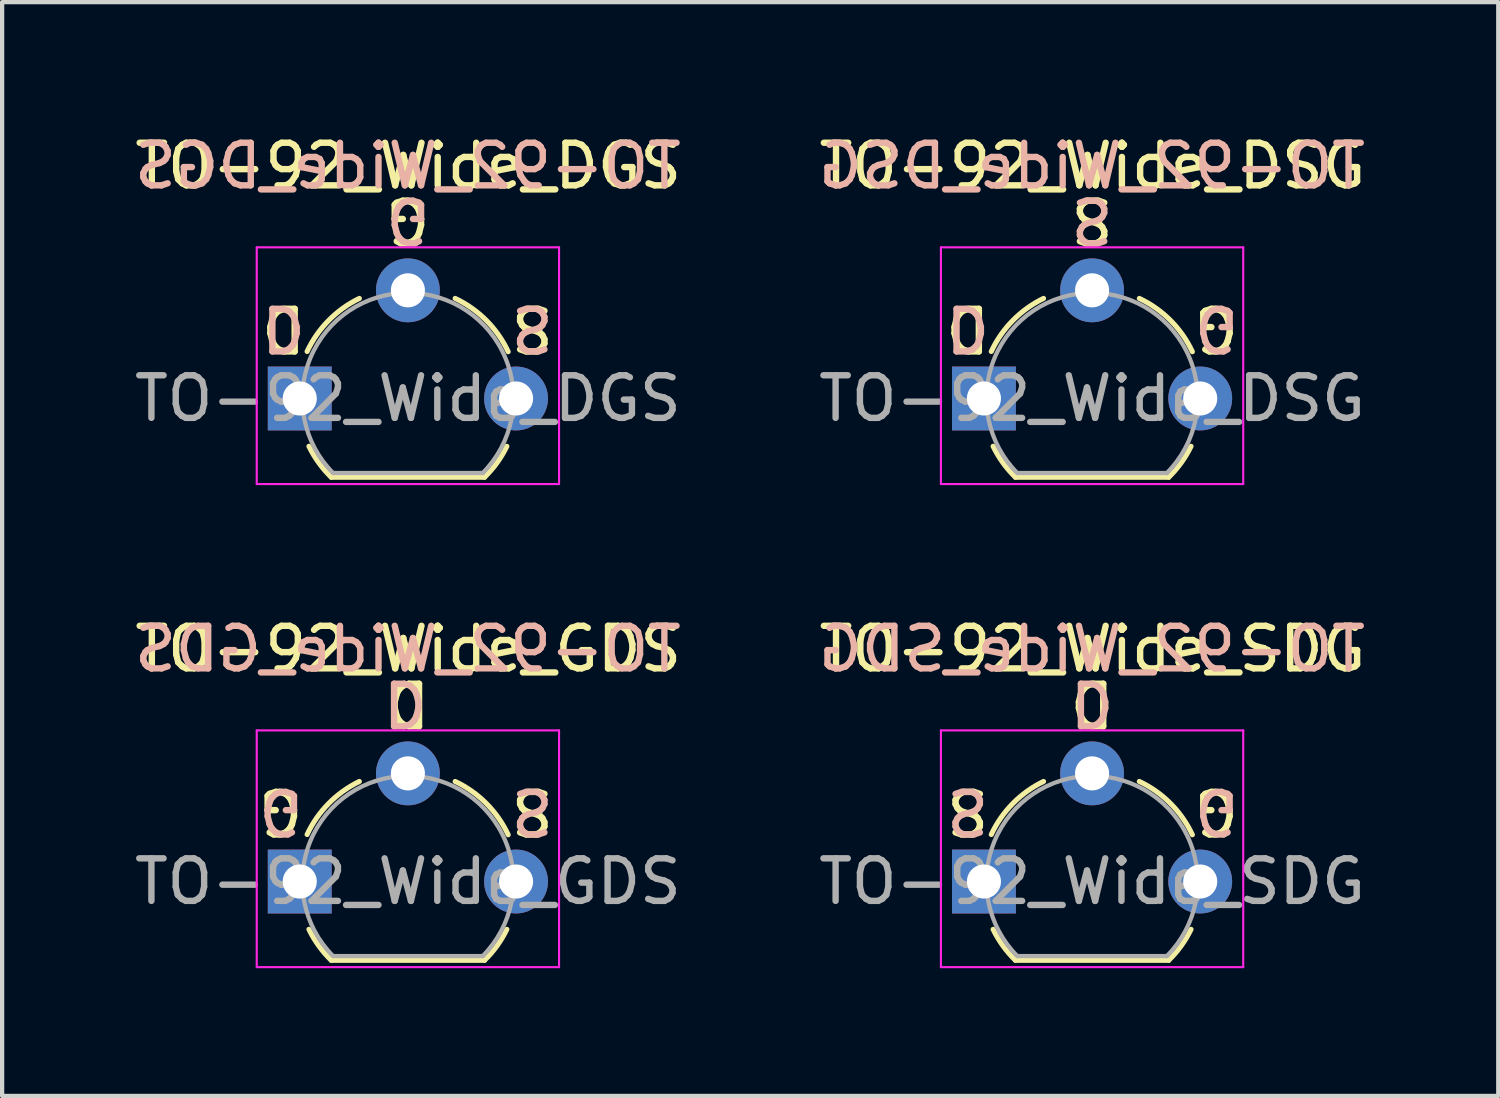
<source format=kicad_pcb>
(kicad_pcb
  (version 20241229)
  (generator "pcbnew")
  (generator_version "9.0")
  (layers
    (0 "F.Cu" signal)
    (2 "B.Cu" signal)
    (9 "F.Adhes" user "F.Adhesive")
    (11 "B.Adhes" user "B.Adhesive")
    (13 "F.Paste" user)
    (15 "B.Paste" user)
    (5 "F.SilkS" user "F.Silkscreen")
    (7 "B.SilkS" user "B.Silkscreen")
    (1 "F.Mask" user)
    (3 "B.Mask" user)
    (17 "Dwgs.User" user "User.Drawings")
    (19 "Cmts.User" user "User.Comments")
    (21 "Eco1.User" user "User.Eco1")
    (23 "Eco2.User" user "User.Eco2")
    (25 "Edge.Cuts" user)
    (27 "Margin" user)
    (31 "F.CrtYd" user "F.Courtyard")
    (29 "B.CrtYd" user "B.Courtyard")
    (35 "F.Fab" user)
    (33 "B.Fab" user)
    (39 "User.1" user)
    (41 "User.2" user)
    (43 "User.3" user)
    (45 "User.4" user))
  (footprint "TO-92_Wide_DSG"
    (layer "F.Cu")
    (at 20.059 6.309)
    (property "Reference" "TO-92_Wide_DSG" (at 2.55 -5.461 0) (layer "F.SilkS") (effects (font (size 1 1) (thickness 0.15))))
    (fp_line (start 0.74 1.85) (end 4.34 1.85) (stroke (width 0.12) (type solid)) (layer "F.SilkS"))
    (fp_arc (start 0.172801 -1.103842) (mid 0.678995 -1.832692) (end 1.4 -2.35) (stroke (width 0.12) (type solid)) (layer "F.SilkS"))
    (fp_arc (start 0.74 1.85) (mid 0.446097 1.509328) (end 0.215816 1.122795) (stroke (width 0.12) (type solid)) (layer "F.SilkS"))
    (fp_arc (start 3.65 -2.35) (mid 4.382279 -1.833196) (end 4.895458 -1.098371) (stroke (width 0.12) (type solid)) (layer "F.SilkS"))
    (fp_arc (start 4.864184 1.122795) (mid 4.633903 1.509328) (end 4.34 1.85) (stroke (width 0.12) (type solid)) (layer "F.SilkS"))
    (fp_line (start -1.01 -3.55) (end -1.01 2.01) (stroke (width 0.05) (type solid)) (layer "F.CrtYd"))
    (fp_line (start -1.01 -3.55) (end 6.09 -3.55) (stroke (width 0.05) (type solid)) (layer "F.CrtYd"))
    (fp_line (start 6.09 2.01) (end -1.01 2.01) (stroke (width 0.05) (type solid)) (layer "F.CrtYd"))
    (fp_line (start 6.09 2.01) (end 6.09 -3.55) (stroke (width 0.05) (type solid)) (layer "F.CrtYd"))
    (fp_line (start 0.8 1.75) (end 4.3 1.75) (stroke (width 0.1) (type solid)) (layer "F.Fab"))
    (fp_arc (start 0.786375 1.753625) (mid 0.248779 -0.949055) (end 2.54 -2.48) (stroke (width 0.1) (type solid)) (layer "F.Fab"))
    (fp_arc (start 2.54 -2.48) (mid 4.831221 -0.949055) (end 4.293625 1.753625) (stroke (width 0.1) (type solid)) (layer "F.Fab"))
    (fp_text user "D" (at -0.381 -1.651 180) (unlocked yes) (layer "F.SilkS") (effects (font (size 1 1) (thickness 0.15))))
    (fp_text user "G" (at 5.461 -1.651 180) (unlocked yes) (layer "F.SilkS") (effects (font (size 1 1) (thickness 0.15))))
    (fp_text user "S" (at 2.54 -4.191 180) (unlocked yes) (layer "F.SilkS") (effects (font (size 1 1) (thickness 0.15))))
    (fp_text user "S" (at 2.54 -4.191 180) (unlocked yes) (layer "B.SilkS") (effects (font (size 1 1) (thickness 0.15)) (justify mirror)))
    (fp_text user "G" (at 5.461 -1.651 180) (unlocked yes) (layer "B.SilkS") (effects (font (size 1 1) (thickness 0.15)) (justify mirror)))
    (fp_text user "${REFERENCE}" (at 2.54 -5.461 0) (layer "B.SilkS") (effects (font (size 1 1) (thickness 0.15)) (justify mirror)))
    (fp_text user "D" (at -0.381 -1.651 180) (unlocked yes) (layer "B.SilkS") (effects (font (size 1 1) (thickness 0.15)) (justify mirror)))
    (fp_text user "${REFERENCE}" (at 2.54 0 0) (layer "F.Fab") (effects (font (size 1 1) (thickness 0.15))))
    (pad "1" thru_hole rect (at 0 0 90) (size 1.5 1.5) (drill 0.8) (layers "*.Cu" "*.Mask"))
    (pad "2" thru_hole circle (at 2.54 -2.54 90) (size 1.5 1.5) (drill 0.8) (layers "*.Cu" "*.Mask"))
    (pad "3" thru_hole circle (at 5.08 0 90) (size 1.5 1.5) (drill 0.8) (layers "*.Cu" "*.Mask")))
  (footprint "TO-92_Wide_SDG"
    (layer "F.Cu")
    (at 20.059 17.654)
    (property "Reference" "TO-92_Wide_SDG" (at 2.55 -5.461 0) (layer "F.SilkS") (effects (font (size 1 1) (thickness 0.15))))
    (fp_line (start 0.74 1.85) (end 4.34 1.85) (stroke (width 0.12) (type solid)) (layer "F.SilkS"))
    (fp_arc (start 0.172801 -1.103842) (mid 0.678995 -1.832692) (end 1.4 -2.35) (stroke (width 0.12) (type solid)) (layer "F.SilkS"))
    (fp_arc (start 0.74 1.85) (mid 0.446097 1.509328) (end 0.215816 1.122795) (stroke (width 0.12) (type solid)) (layer "F.SilkS"))
    (fp_arc (start 3.65 -2.35) (mid 4.382279 -1.833196) (end 4.895458 -1.098371) (stroke (width 0.12) (type solid)) (layer "F.SilkS"))
    (fp_arc (start 4.864184 1.122795) (mid 4.633903 1.509328) (end 4.34 1.85) (stroke (width 0.12) (type solid)) (layer "F.SilkS"))
    (fp_line (start -1.01 -3.55) (end -1.01 2.01) (stroke (width 0.05) (type solid)) (layer "F.CrtYd"))
    (fp_line (start -1.01 -3.55) (end 6.09 -3.55) (stroke (width 0.05) (type solid)) (layer "F.CrtYd"))
    (fp_line (start 6.09 2.01) (end -1.01 2.01) (stroke (width 0.05) (type solid)) (layer "F.CrtYd"))
    (fp_line (start 6.09 2.01) (end 6.09 -3.55) (stroke (width 0.05) (type solid)) (layer "F.CrtYd"))
    (fp_line (start 0.8 1.75) (end 4.3 1.75) (stroke (width 0.1) (type solid)) (layer "F.Fab"))
    (fp_arc (start 0.786375 1.753625) (mid 0.248779 -0.949055) (end 2.54 -2.48) (stroke (width 0.1) (type solid)) (layer "F.Fab"))
    (fp_arc (start 2.54 -2.48) (mid 4.831221 -0.949055) (end 4.293625 1.753625) (stroke (width 0.1) (type solid)) (layer "F.Fab"))
    (fp_text user "D" (at 2.54 -4.191 180) (unlocked yes) (layer "F.SilkS") (effects (font (size 1 1) (thickness 0.15))))
    (fp_text user "S" (at -0.381 -1.651 180) (unlocked yes) (layer "F.SilkS") (effects (font (size 1 1) (thickness 0.15))))
    (fp_text user "G" (at 5.461 -1.651 180) (unlocked yes) (layer "F.SilkS") (effects (font (size 1 1) (thickness 0.15))))
    (fp_text user "G" (at 5.461 -1.651 180) (unlocked yes) (layer "B.SilkS") (effects (font (size 1 1) (thickness 0.15)) (justify mirror)))
    (fp_text user "${REFERENCE}" (at 2.54 -5.461 0) (layer "B.SilkS") (effects (font (size 1 1) (thickness 0.15)) (justify mirror)))
    (fp_text user "S" (at -0.381 -1.651 180) (unlocked yes) (layer "B.SilkS") (effects (font (size 1 1) (thickness 0.15)) (justify mirror)))
    (fp_text user "D" (at 2.54 -4.191 180) (unlocked yes) (layer "B.SilkS") (effects (font (size 1 1) (thickness 0.15)) (justify mirror)))
    (fp_text user "${REFERENCE}" (at 2.54 0 0) (layer "F.Fab") (effects (font (size 1 1) (thickness 0.15))))
    (pad "1" thru_hole rect (at 0 0 90) (size 1.5 1.5) (drill 0.8) (layers "*.Cu" "*.Mask"))
    (pad "2" thru_hole circle (at 2.54 -2.54 90) (size 1.5 1.5) (drill 0.8) (layers "*.Cu" "*.Mask"))
    (pad "3" thru_hole circle (at 5.08 0 90) (size 1.5 1.5) (drill 0.8) (layers "*.Cu" "*.Mask")))
  (footprint "TO-92_Wide_DGS"
    (layer "F.Cu")
    (at 3.99 6.309)
    (property "Reference" "TO-92_Wide_DGS" (at 2.55 -5.461 0) (layer "F.SilkS") (effects (font (size 1 1) (thickness 0.15))))
    (fp_line (start 0.74 1.85) (end 4.34 1.85) (stroke (width 0.12) (type solid)) (layer "F.SilkS"))
    (fp_arc (start 0.172801 -1.103842) (mid 0.678995 -1.832692) (end 1.4 -2.35) (stroke (width 0.12) (type solid)) (layer "F.SilkS"))
    (fp_arc (start 0.74 1.85) (mid 0.446097 1.509328) (end 0.215816 1.122795) (stroke (width 0.12) (type solid)) (layer "F.SilkS"))
    (fp_arc (start 3.65 -2.35) (mid 4.382279 -1.833196) (end 4.895458 -1.098371) (stroke (width 0.12) (type solid)) (layer "F.SilkS"))
    (fp_arc (start 4.864184 1.122795) (mid 4.633903 1.509328) (end 4.34 1.85) (stroke (width 0.12) (type solid)) (layer "F.SilkS"))
    (fp_line (start -1.01 -3.55) (end -1.01 2.01) (stroke (width 0.05) (type solid)) (layer "F.CrtYd"))
    (fp_line (start -1.01 -3.55) (end 6.09 -3.55) (stroke (width 0.05) (type solid)) (layer "F.CrtYd"))
    (fp_line (start 6.09 2.01) (end -1.01 2.01) (stroke (width 0.05) (type solid)) (layer "F.CrtYd"))
    (fp_line (start 6.09 2.01) (end 6.09 -3.55) (stroke (width 0.05) (type solid)) (layer "F.CrtYd"))
    (fp_line (start 0.8 1.75) (end 4.3 1.75) (stroke (width 0.1) (type solid)) (layer "F.Fab"))
    (fp_arc (start 0.786375 1.753625) (mid 0.248779 -0.949055) (end 2.54 -2.48) (stroke (width 0.1) (type solid)) (layer "F.Fab"))
    (fp_arc (start 2.54 -2.48) (mid 4.831221 -0.949055) (end 4.293625 1.753625) (stroke (width 0.1) (type solid)) (layer "F.Fab"))
    (fp_text user "D" (at -0.381 -1.651 180) (unlocked yes) (layer "F.SilkS") (effects (font (size 1 1) (thickness 0.15))))
    (fp_text user "S" (at 5.461 -1.651 180) (unlocked yes) (layer "F.SilkS") (effects (font (size 1 1) (thickness 0.15))))
    (fp_text user "G" (at 2.54 -4.191 180) (unlocked yes) (layer "F.SilkS") (effects (font (size 1 1) (thickness 0.15))))
    (fp_text user "G" (at 2.54 -4.191 180) (unlocked yes) (layer "B.SilkS") (effects (font (size 1 1) (thickness 0.15)) (justify mirror)))
    (fp_text user "${REFERENCE}" (at 2.54 -5.461 0) (layer "B.SilkS") (effects (font (size 1 1) (thickness 0.15)) (justify mirror)))
    (fp_text user "D" (at -0.381 -1.651 180) (unlocked yes) (layer "B.SilkS") (effects (font (size 1 1) (thickness 0.15)) (justify mirror)))
    (fp_text user "S" (at 5.461 -1.651 180) (unlocked yes) (layer "B.SilkS") (effects (font (size 1 1) (thickness 0.15)) (justify mirror)))
    (fp_text user "${REFERENCE}" (at 2.54 0 0) (layer "F.Fab") (effects (font (size 1 1) (thickness 0.15))))
    (pad "1" thru_hole rect (at 0 0 90) (size 1.5 1.5) (drill 0.8) (layers "*.Cu" "*.Mask"))
    (pad "2" thru_hole circle (at 2.54 -2.54 90) (size 1.5 1.5) (drill 0.8) (layers "*.Cu" "*.Mask"))
    (pad "3" thru_hole circle (at 5.08 0 90) (size 1.5 1.5) (drill 0.8) (layers "*.Cu" "*.Mask")))
  (footprint "TO-92_Wide_GDS"
    (layer "F.Cu")
    (at 3.99 17.654)
    (property "Reference" "TO-92_Wide_GDS" (at 2.55 -5.461 0) (layer "F.SilkS") (effects (font (size 1 1) (thickness 0.15))))
    (fp_line (start 0.74 1.85) (end 4.34 1.85) (stroke (width 0.12) (type solid)) (layer "F.SilkS"))
    (fp_arc (start 0.172801 -1.103842) (mid 0.678995 -1.832692) (end 1.4 -2.35) (stroke (width 0.12) (type solid)) (layer "F.SilkS"))
    (fp_arc (start 0.74 1.85) (mid 0.446097 1.509328) (end 0.215816 1.122795) (stroke (width 0.12) (type solid)) (layer "F.SilkS"))
    (fp_arc (start 3.65 -2.35) (mid 4.382279 -1.833196) (end 4.895458 -1.098371) (stroke (width 0.12) (type solid)) (layer "F.SilkS"))
    (fp_arc (start 4.864184 1.122795) (mid 4.633903 1.509328) (end 4.34 1.85) (stroke (width 0.12) (type solid)) (layer "F.SilkS"))
    (fp_line (start -1.01 -3.55) (end -1.01 2.01) (stroke (width 0.05) (type solid)) (layer "F.CrtYd"))
    (fp_line (start -1.01 -3.55) (end 6.09 -3.55) (stroke (width 0.05) (type solid)) (layer "F.CrtYd"))
    (fp_line (start 6.09 2.01) (end -1.01 2.01) (stroke (width 0.05) (type solid)) (layer "F.CrtYd"))
    (fp_line (start 6.09 2.01) (end 6.09 -3.55) (stroke (width 0.05) (type solid)) (layer "F.CrtYd"))
    (fp_line (start 0.8 1.75) (end 4.3 1.75) (stroke (width 0.1) (type solid)) (layer "F.Fab"))
    (fp_arc (start 0.786375 1.753625) (mid 0.248779 -0.949055) (end 2.54 -2.48) (stroke (width 0.1) (type solid)) (layer "F.Fab"))
    (fp_arc (start 2.54 -2.48) (mid 4.831221 -0.949055) (end 4.293625 1.753625) (stroke (width 0.1) (type solid)) (layer "F.Fab"))
    (fp_text user "G" (at -0.445 -1.651 180) (unlocked yes) (layer "F.SilkS") (effects (font (size 1 1) (thickness 0.15))))
    (fp_text user "D" (at 2.54 -4.191 180) (unlocked yes) (layer "F.SilkS") (effects (font (size 1 1) (thickness 0.15))))
    (fp_text user "S" (at 5.461 -1.651 180) (unlocked yes) (layer "F.SilkS") (effects (font (size 1 1) (thickness 0.15))))
    (fp_text user "D" (at 2.477 -4.191 180) (unlocked yes) (layer "B.SilkS") (effects (font (size 1 1) (thickness 0.15)) (justify mirror)))
    (fp_text user "S" (at 5.461 -1.651 180) (unlocked yes) (layer "B.SilkS") (effects (font (size 1 1) (thickness 0.15)) (justify mirror)))
    (fp_text user "${REFERENCE}" (at 2.54 -5.461 0) (layer "B.SilkS") (effects (font (size 1 1) (thickness 0.15)) (justify mirror)))
    (fp_text user "G" (at -0.445 -1.651 180) (unlocked yes) (layer "B.SilkS") (effects (font (size 1 1) (thickness 0.15)) (justify mirror)))
    (fp_text user "${REFERENCE}" (at 2.54 0 0) (layer "F.Fab") (effects (font (size 1 1) (thickness 0.15))))
    (pad "1" thru_hole rect (at 0 0 90) (size 1.5 1.5) (drill 0.8) (layers "*.Cu" "*.Mask"))
    (pad "2" thru_hole circle (at 2.54 -2.54 90) (size 1.5 1.5) (drill 0.8) (layers "*.Cu" "*.Mask"))
    (pad "3" thru_hole circle (at 5.08 0 90) (size 1.5 1.5) (drill 0.8) (layers "*.Cu" "*.Mask")))
  (gr_rect
    (start -3 -3)
    (end 32.139 22.689)
    (stroke (width 0.1) (type default))
    (fill no)
    (layer "Edge.Cuts")))
</source>
